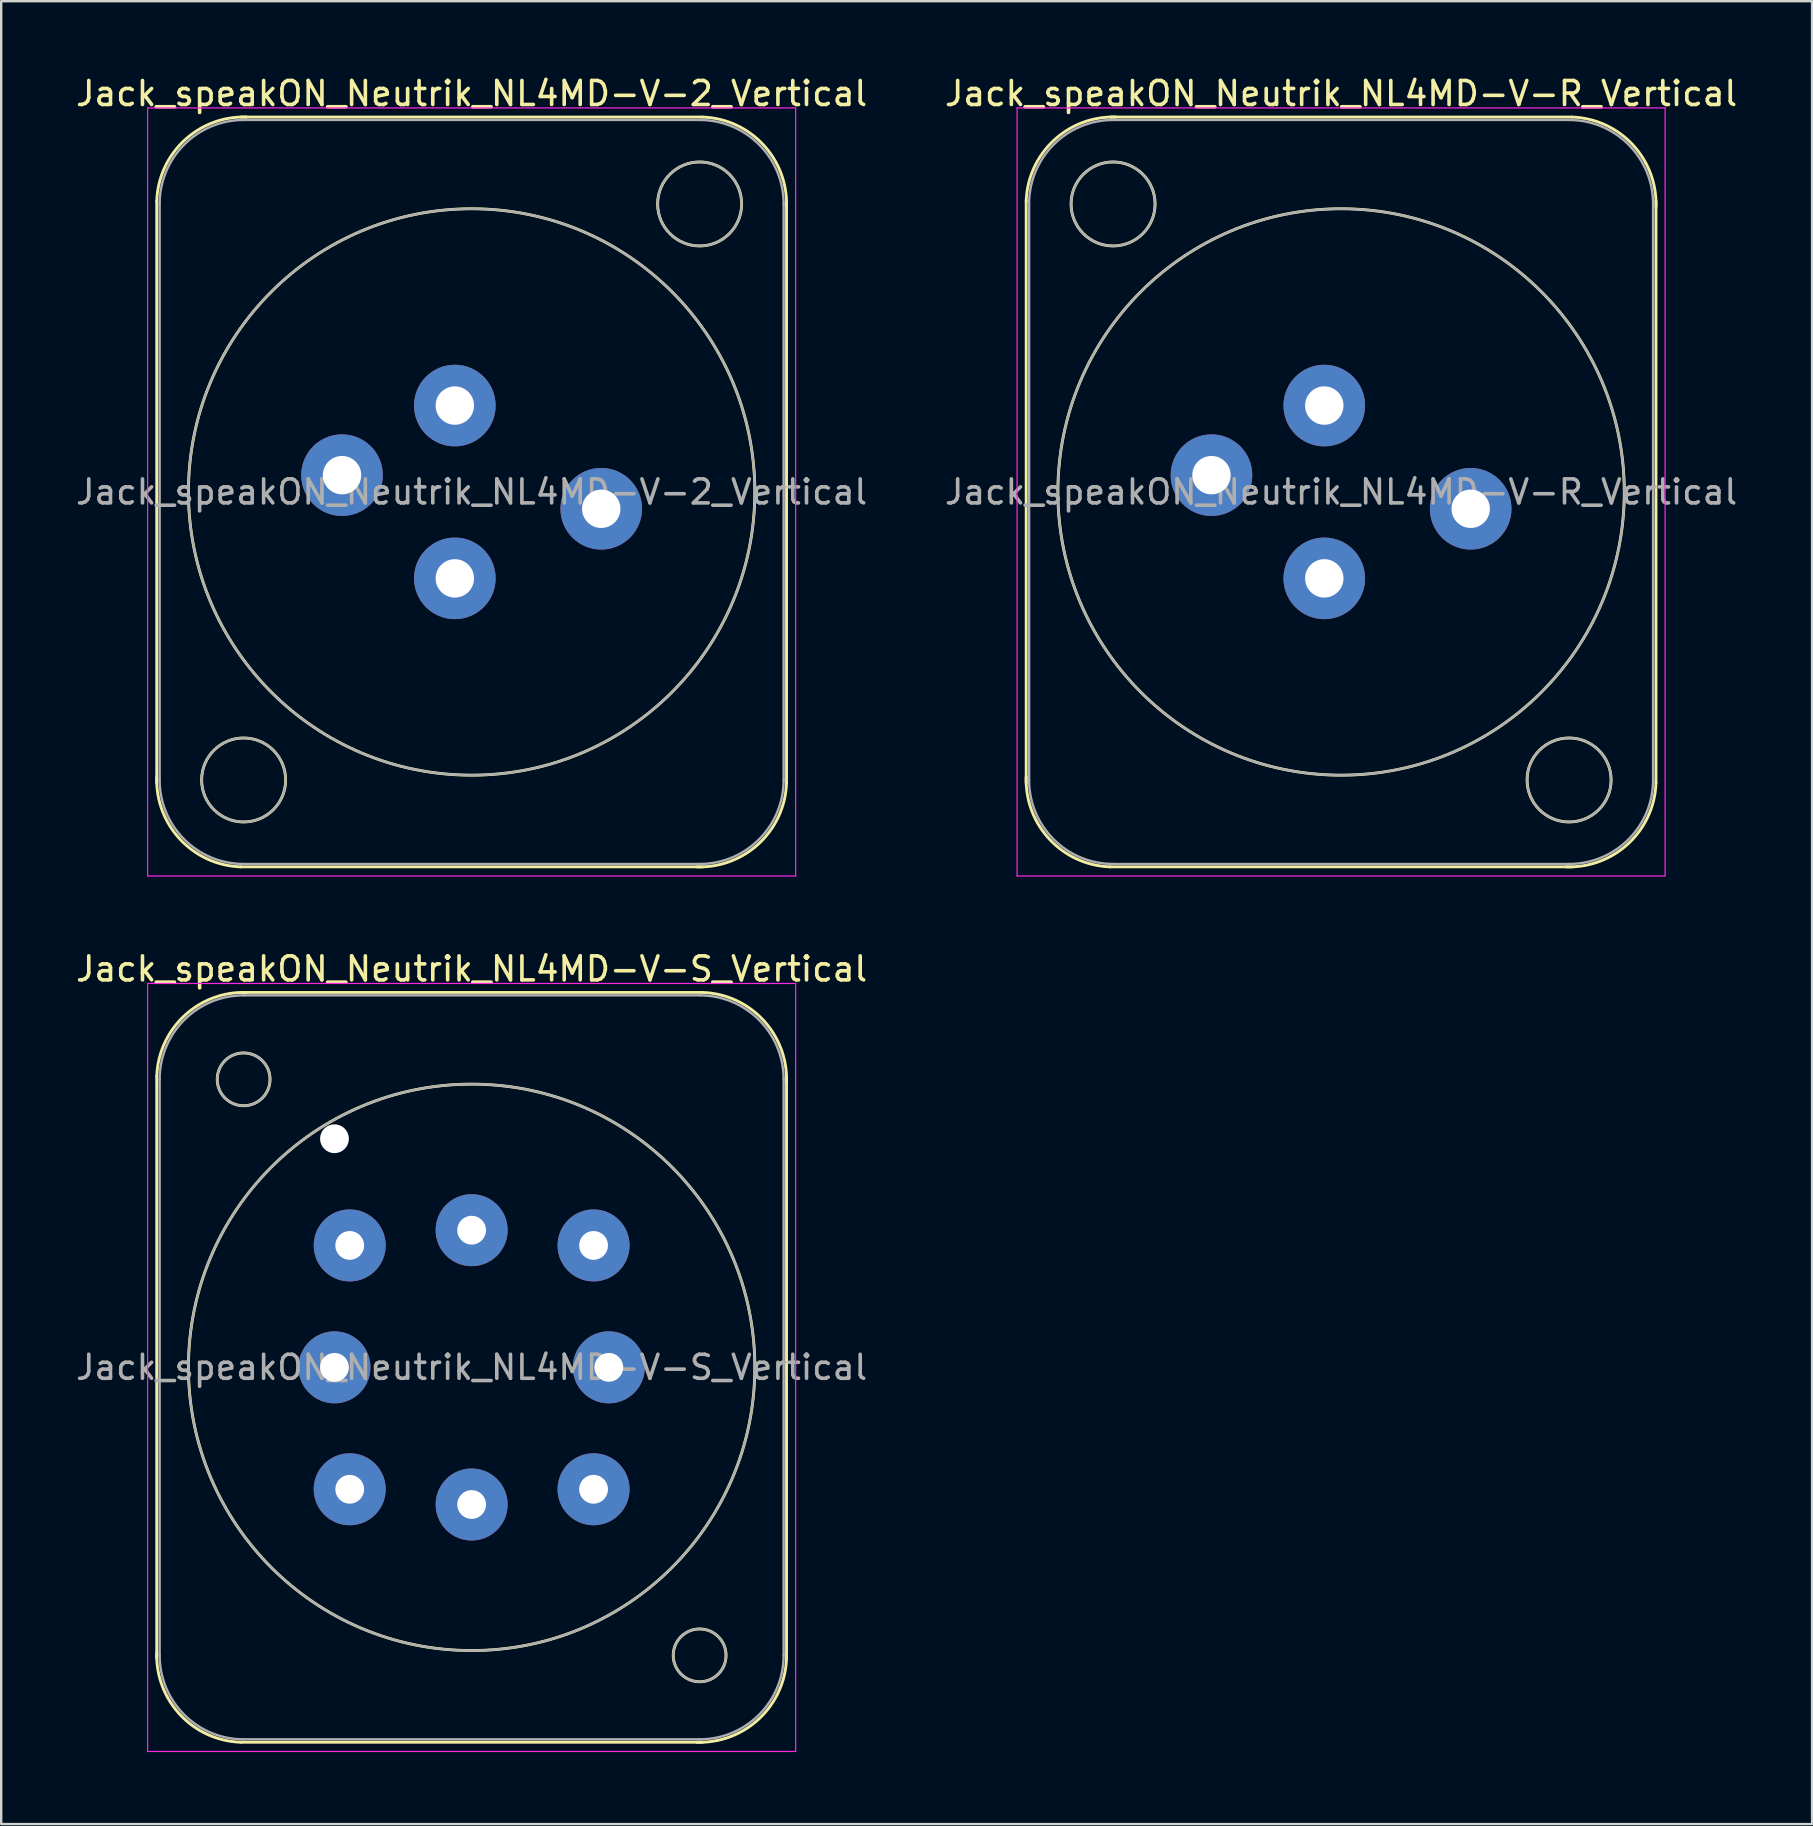
<source format=kicad_pcb>
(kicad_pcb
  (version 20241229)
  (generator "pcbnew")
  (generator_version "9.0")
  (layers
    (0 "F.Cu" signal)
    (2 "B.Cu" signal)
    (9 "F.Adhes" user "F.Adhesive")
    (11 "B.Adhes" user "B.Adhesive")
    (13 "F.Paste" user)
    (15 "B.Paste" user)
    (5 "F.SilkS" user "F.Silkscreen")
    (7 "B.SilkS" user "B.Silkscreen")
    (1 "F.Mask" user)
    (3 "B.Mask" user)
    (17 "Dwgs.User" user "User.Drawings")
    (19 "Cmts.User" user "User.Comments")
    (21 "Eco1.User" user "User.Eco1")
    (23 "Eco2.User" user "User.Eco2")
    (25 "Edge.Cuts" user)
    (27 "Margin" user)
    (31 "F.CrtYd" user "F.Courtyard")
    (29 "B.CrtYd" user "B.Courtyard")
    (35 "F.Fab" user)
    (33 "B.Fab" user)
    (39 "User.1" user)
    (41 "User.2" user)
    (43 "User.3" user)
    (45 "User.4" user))
  (footprint "Jack_speakON_Neutrik_NL4MD-V-S_Vertical"
    (layer "F.Cu")
    (at 16.601 48.206)
    (property "Reference" "Jack_speakON_Neutrik_NL4MD-V-S_Vertical" (at 0 -10.885 0) (layer "F.SilkS") (effects (font (size 1 1) (thickness 0.15))))
    (attr through_hole)
    (fp_line (start -13.12 17.835) (end -13.12 -6.405) (stroke (width 0.12) (type solid)) (layer "F.SilkS"))
    (fp_line (start -9.62 -9.905) (end 9.62 -9.905) (stroke (width 0.12) (type solid)) (layer "F.SilkS"))
    (fp_line (start -9.62 21.335) (end 9.62 21.335) (stroke (width 0.12) (type solid)) (layer "F.SilkS"))
    (fp_line (start 13.12 17.835) (end 13.12 -6.405) (stroke (width 0.12) (type solid)) (layer "F.SilkS"))
    (fp_arc (start -13.12 -6.405) (mid -11.974874 -8.929579) (end -9.38 -9.905) (stroke (width 0.12) (type solid)) (layer "F.SilkS"))
    (fp_arc (start -9.62 21.335) (mid -12.144579 20.189874) (end -13.12 17.595) (stroke (width 0.12) (type solid)) (layer "F.SilkS"))
    (fp_arc (start 9.62 -9.905) (mid 12.144579 -8.759874) (end 13.12 -6.165) (stroke (width 0.12) (type solid)) (layer "F.SilkS"))
    (fp_arc (start 13.12 17.835) (mid 11.974874 20.359579) (end 9.38 21.335) (stroke (width 0.12) (type solid)) (layer "F.SilkS"))
    (fp_circle (center -9.5 -6.285) (end -8.4 -6.285) (stroke (width 0.12) (type solid)) (fill no) (layer "F.SilkS"))
    (fp_circle (center 0 5.715) (end 11.8 5.715) (stroke (width 0.12) (type solid)) (fill no) (layer "F.SilkS"))
    (fp_circle (center 9.5 17.715) (end 10.6 17.715) (stroke (width 0.12) (type solid)) (fill no) (layer "F.SilkS"))
    (fp_line (start -13.5 -10.28) (end 13.5 -10.28) (stroke (width 0.05) (type solid)) (layer "F.CrtYd"))
    (fp_line (start -13.5 21.72) (end -13.5 -10.28) (stroke (width 0.05) (type solid)) (layer "F.CrtYd"))
    (fp_line (start -13.5 21.72) (end 13.5 21.72) (stroke (width 0.05) (type solid)) (layer "F.CrtYd"))
    (fp_line (start 13.5 21.72) (end 13.5 -10.28) (stroke (width 0.05) (type solid)) (layer "F.CrtYd"))
    (fp_line (start -13 17.715) (end -13 -6.285) (stroke (width 0.1) (type solid)) (layer "F.Fab"))
    (fp_line (start -9.5 -9.785) (end 9.5 -9.785) (stroke (width 0.1) (type solid)) (layer "F.Fab"))
    (fp_line (start -9.5 21.215) (end 9.5 21.215) (stroke (width 0.1) (type solid)) (layer "F.Fab"))
    (fp_line (start 13 17.715) (end 13 -6.285) (stroke (width 0.1) (type solid)) (layer "F.Fab"))
    (fp_arc (start -13 -6.285) (mid -11.974874 -8.759874) (end -9.5 -9.785) (stroke (width 0.1) (type solid)) (layer "F.Fab"))
    (fp_arc (start -9.5 21.215) (mid -11.974874 20.189874) (end -13 17.715) (stroke (width 0.1) (type solid)) (layer "F.Fab"))
    (fp_arc (start 9.5 -9.785) (mid 11.974874 -8.759874) (end 13 -6.285) (stroke (width 0.1) (type solid)) (layer "F.Fab"))
    (fp_arc (start 13 17.715) (mid 11.974874 20.189874) (end 9.5 21.215) (stroke (width 0.1) (type solid)) (layer "F.Fab"))
    (fp_circle (center -9.5 -6.285) (end -8.4 -6.285) (stroke (width 0.1) (type solid)) (fill no) (layer "F.Fab"))
    (fp_circle (center 0 5.715) (end 11.8 5.715) (stroke (width 0.1) (type solid)) (fill no) (layer "F.Fab"))
    (fp_circle (center 9.5 17.715) (end 8.4 17.715) (stroke (width 0.1) (type solid)) (fill no) (layer "F.Fab"))
    (fp_text user "${REFERENCE}" (at 0 5.715 0) (layer "F.Fab") (effects (font (size 1 1) (thickness 0.15))))
    (pad "" np_thru_hole circle (at -5.715 -3.81) (size 1.2 1.2) (drill 1.2) (layers "*.Cu" "*.Mask"))
    (pad "1+" thru_hole circle (at 0 0) (size 3 3) (drill 1.2) (layers "*.Cu" "*.Mask"))
    (pad "1+N" thru_hole circle (at 5.08 0.635) (size 3 3) (drill 1.2) (layers "*.Cu" "*.Mask"))
    (pad "1-" thru_hole circle (at -5.715 5.715) (size 3 3) (drill 1.2) (layers "*.Cu" "*.Mask"))
    (pad "1-N" thru_hole circle (at -5.08 0.635) (size 3 3) (drill 1.2) (layers "*.Cu" "*.Mask"))
    (pad "2+" thru_hole circle (at 0 11.43) (size 3 3) (drill 1.2) (layers "*.Cu" "*.Mask"))
    (pad "2+N" thru_hole circle (at -5.08 10.795) (size 3 3) (drill 1.2) (layers "*.Cu" "*.Mask"))
    (pad "2-" thru_hole circle (at 5.715 5.715) (size 3 3) (drill 1.2) (layers "*.Cu" "*.Mask"))
    (pad "2-N" thru_hole circle (at 5.08 10.795) (size 3 3) (drill 1.2) (layers "*.Cu" "*.Mask")))
  (footprint "Jack_speakON_Neutrik_NL4MD-V-2_Vertical"
    (layer "F.Cu")
    (at 15.901 13.848)
    (property "Reference" "Jack_speakON_Neutrik_NL4MD-V-2_Vertical" (at 0.7 -13 0) (layer "F.SilkS") (effects (font (size 1 1) (thickness 0.15))))
    (attr through_hole)
    (fp_line (start -12.42 15.72) (end -12.42 -8.52) (stroke (width 0.12) (type solid)) (layer "F.SilkS"))
    (fp_line (start -8.92 -12.02) (end 10.32 -12.02) (stroke (width 0.12) (type solid)) (layer "F.SilkS"))
    (fp_line (start -8.92 19.22) (end 10.32 19.22) (stroke (width 0.12) (type solid)) (layer "F.SilkS"))
    (fp_line (start 13.82 15.72) (end 13.82 -8.52) (stroke (width 0.12) (type solid)) (layer "F.SilkS"))
    (fp_arc (start -12.42 -8.52) (mid -11.274874 -11.044579) (end -8.68 -12.02) (stroke (width 0.12) (type solid)) (layer "F.SilkS"))
    (fp_arc (start -8.92 19.22) (mid -11.444579 18.074874) (end -12.42 15.48) (stroke (width 0.12) (type solid)) (layer "F.SilkS"))
    (fp_arc (start 10.32 -12.02) (mid 12.844579 -10.874874) (end 13.82 -8.28) (stroke (width 0.12) (type solid)) (layer "F.SilkS"))
    (fp_arc (start 13.82 15.72) (mid 12.674874 18.244579) (end 10.08 19.22) (stroke (width 0.12) (type solid)) (layer "F.SilkS"))
    (fp_circle (center -8.8 15.6) (end -7.05 15.6) (stroke (width 0.12) (type solid)) (fill no) (layer "F.SilkS"))
    (fp_circle (center 0.7 3.6) (end 12.5 3.6) (stroke (width 0.12) (type solid)) (fill no) (layer "F.SilkS"))
    (fp_circle (center 10.2 -8.4) (end 11.95 -8.4) (stroke (width 0.12) (type solid)) (fill no) (layer "F.SilkS"))
    (fp_line (start -12.8 -12.4) (end 14.2 -12.4) (stroke (width 0.05) (type solid)) (layer "F.CrtYd"))
    (fp_line (start -12.8 19.6) (end -12.8 -12.4) (stroke (width 0.05) (type solid)) (layer "F.CrtYd"))
    (fp_line (start -12.8 19.6) (end 14.2 19.6) (stroke (width 0.05) (type solid)) (layer "F.CrtYd"))
    (fp_line (start 14.2 19.6) (end 14.2 -12.4) (stroke (width 0.05) (type solid)) (layer "F.CrtYd"))
    (fp_line (start -12.3 15.6) (end -12.3 -8.4) (stroke (width 0.1) (type solid)) (layer "F.Fab"))
    (fp_line (start -8.8 -11.9) (end 10.2 -11.9) (stroke (width 0.1) (type solid)) (layer "F.Fab"))
    (fp_line (start -8.8 19.1) (end 10.2 19.1) (stroke (width 0.1) (type solid)) (layer "F.Fab"))
    (fp_line (start 13.7 15.6) (end 13.7 -8.4) (stroke (width 0.1) (type solid)) (layer "F.Fab"))
    (fp_arc (start -12.3 -8.4) (mid -11.274874 -10.874874) (end -8.8 -11.9) (stroke (width 0.1) (type solid)) (layer "F.Fab"))
    (fp_arc (start -8.8 19.1) (mid -11.274874 18.074874) (end -12.3 15.6) (stroke (width 0.1) (type solid)) (layer "F.Fab"))
    (fp_arc (start 10.2 -11.9) (mid 12.674874 -10.874874) (end 13.7 -8.4) (stroke (width 0.1) (type solid)) (layer "F.Fab"))
    (fp_arc (start 13.7 15.6) (mid 12.674874 18.074874) (end 10.2 19.1) (stroke (width 0.1) (type solid)) (layer "F.Fab"))
    (fp_circle (center -8.8 15.6) (end -10.55 15.6) (stroke (width 0.1) (type solid)) (fill no) (layer "F.Fab"))
    (fp_circle (center 0.7 3.6) (end 12.5 3.6) (stroke (width 0.1) (type solid)) (fill no) (layer "F.Fab"))
    (fp_circle (center 10.2 -8.4) (end 11.95 -8.4) (stroke (width 0.1) (type solid)) (fill no) (layer "F.Fab"))
    (fp_text user "${REFERENCE}" (at 0.7 3.6 0) (layer "F.Fab") (effects (font (size 1 1) (thickness 0.15))))
    (pad "1+" thru_hole circle (at 0 0) (size 3.4 3.4) (drill 1.6) (layers "*.Cu" "*.Mask"))
    (pad "1-" thru_hole circle (at -4.7 2.9) (size 3.4 3.4) (drill 1.6) (layers "*.Cu" "*.Mask"))
    (pad "2+" thru_hole circle (at 0 7.2) (size 3.4 3.4) (drill 1.6) (layers "*.Cu" "*.Mask"))
    (pad "2-" thru_hole circle (at 6.1 4.3) (size 3.4 3.4) (drill 1.6) (layers "*.Cu" "*.Mask")))
  (footprint "Jack_speakON_Neutrik_NL4MD-V-R_Vertical"
    (layer "F.Cu")
    (at 52.127 13.848)
    (property "Reference" "Jack_speakON_Neutrik_NL4MD-V-R_Vertical" (at 0.7 -13 0) (layer "F.SilkS") (effects (font (size 1 1) (thickness 0.15))))
    (attr through_hole)
    (fp_line (start -12.42 15.72) (end -12.42 -8.52) (stroke (width 0.12) (type solid)) (layer "F.SilkS"))
    (fp_line (start -8.92 -12.02) (end 10.32 -12.02) (stroke (width 0.12) (type solid)) (layer "F.SilkS"))
    (fp_line (start -8.92 19.22) (end 10.32 19.22) (stroke (width 0.12) (type solid)) (layer "F.SilkS"))
    (fp_line (start 13.82 15.72) (end 13.82 -8.52) (stroke (width 0.12) (type solid)) (layer "F.SilkS"))
    (fp_arc (start -12.42 -8.52) (mid -11.274874 -11.044579) (end -8.68 -12.02) (stroke (width 0.12) (type solid)) (layer "F.SilkS"))
    (fp_arc (start -8.92 19.22) (mid -11.444579 18.074874) (end -12.42 15.48) (stroke (width 0.12) (type solid)) (layer "F.SilkS"))
    (fp_arc (start 10.32 -12.02) (mid 12.844579 -10.874874) (end 13.82 -8.28) (stroke (width 0.12) (type solid)) (layer "F.SilkS"))
    (fp_arc (start 13.82 15.72) (mid 12.674874 18.244579) (end 10.08 19.22) (stroke (width 0.12) (type solid)) (layer "F.SilkS"))
    (fp_circle (center -8.8 -8.4) (end -7.05 -8.4) (stroke (width 0.12) (type solid)) (fill no) (layer "F.SilkS"))
    (fp_circle (center 0.7 3.6) (end 12.5 3.6) (stroke (width 0.12) (type solid)) (fill no) (layer "F.SilkS"))
    (fp_circle (center 10.2 15.6) (end 11.95 15.6) (stroke (width 0.12) (type solid)) (fill no) (layer "F.SilkS"))
    (fp_line (start -12.8 -12.4) (end 14.2 -12.4) (stroke (width 0.05) (type solid)) (layer "F.CrtYd"))
    (fp_line (start -12.8 19.6) (end -12.8 -12.4) (stroke (width 0.05) (type solid)) (layer "F.CrtYd"))
    (fp_line (start -12.8 19.6) (end 14.2 19.6) (stroke (width 0.05) (type solid)) (layer "F.CrtYd"))
    (fp_line (start 14.2 19.6) (end 14.2 -12.4) (stroke (width 0.05) (type solid)) (layer "F.CrtYd"))
    (fp_line (start -12.3 15.6) (end -12.3 -8.4) (stroke (width 0.1) (type solid)) (layer "F.Fab"))
    (fp_line (start -8.8 -11.9) (end 10.2 -11.9) (stroke (width 0.1) (type solid)) (layer "F.Fab"))
    (fp_line (start -8.8 19.1) (end 10.2 19.1) (stroke (width 0.1) (type solid)) (layer "F.Fab"))
    (fp_line (start 13.7 15.6) (end 13.7 -8.4) (stroke (width 0.1) (type solid)) (layer "F.Fab"))
    (fp_arc (start -12.3 -8.4) (mid -11.274874 -10.874874) (end -8.8 -11.9) (stroke (width 0.1) (type solid)) (layer "F.Fab"))
    (fp_arc (start -8.8 19.1) (mid -11.274874 18.074874) (end -12.3 15.6) (stroke (width 0.1) (type solid)) (layer "F.Fab"))
    (fp_arc (start 10.2 -11.9) (mid 12.674874 -10.874874) (end 13.7 -8.4) (stroke (width 0.1) (type solid)) (layer "F.Fab"))
    (fp_arc (start 13.7 15.6) (mid 12.674874 18.074874) (end 10.2 19.1) (stroke (width 0.1) (type solid)) (layer "F.Fab"))
    (fp_circle (center -8.8 -8.4) (end -7.05 -8.4) (stroke (width 0.1) (type solid)) (fill no) (layer "F.Fab"))
    (fp_circle (center 0.7 3.6) (end 12.5 3.6) (stroke (width 0.1) (type solid)) (fill no) (layer "F.Fab"))
    (fp_circle (center 10.2 15.6) (end 8.45 15.6) (stroke (width 0.1) (type solid)) (fill no) (layer "F.Fab"))
    (fp_text user "${REFERENCE}" (at 0.7 3.6 0) (layer "F.Fab") (effects (font (size 1 1) (thickness 0.15))))
    (pad "1+" thru_hole circle (at 0 0) (size 3.4 3.4) (drill 1.6) (layers "*.Cu" "*.Mask"))
    (pad "1-" thru_hole circle (at -4.7 2.9) (size 3.4 3.4) (drill 1.6) (layers "*.Cu" "*.Mask"))
    (pad "2+" thru_hole circle (at 0 7.2) (size 3.4 3.4) (drill 1.6) (layers "*.Cu" "*.Mask"))
    (pad "2-" thru_hole circle (at 6.1 4.3) (size 3.4 3.4) (drill 1.6) (layers "*.Cu" "*.Mask")))
  (gr_rect
    (start -3 -3)
    (end 72.452 72.951)
    (stroke (width 0.1) (type default))
    (fill no)
    (layer "Edge.Cuts")))
</source>
